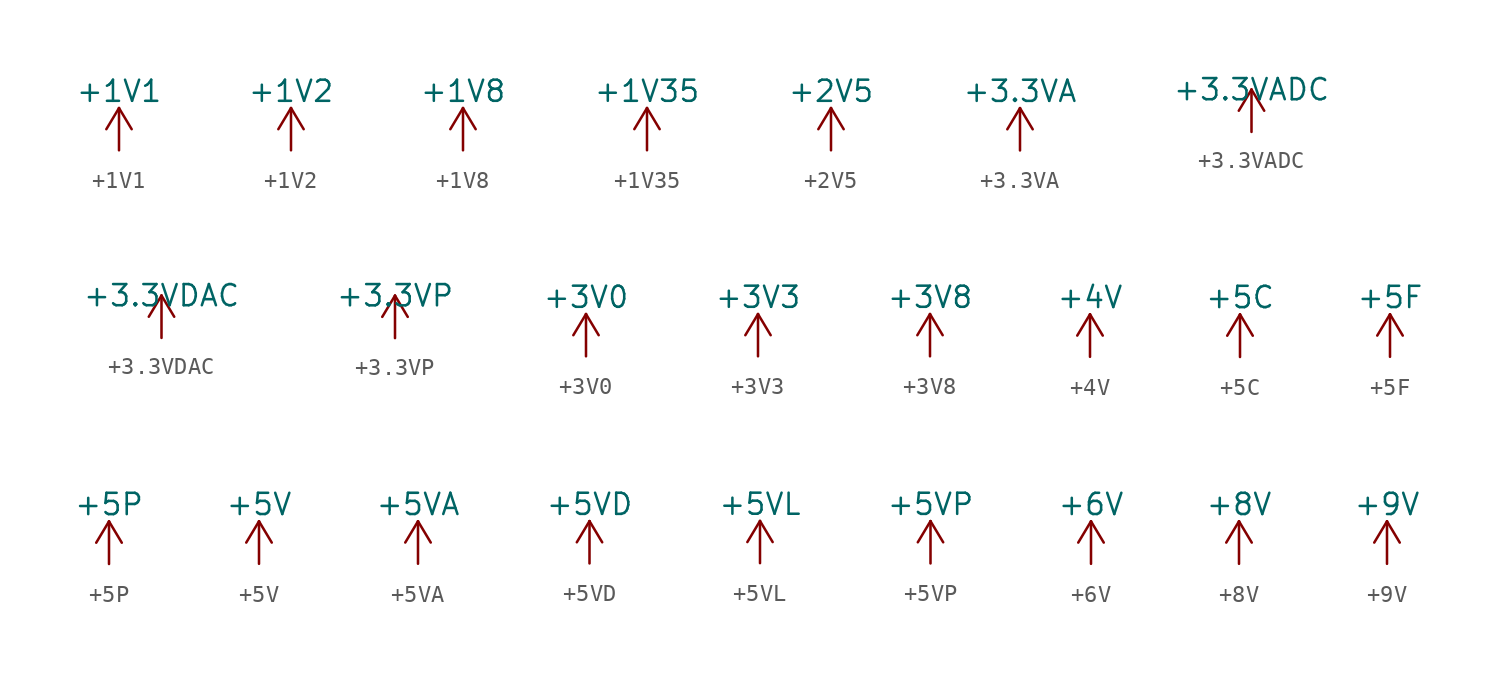
<source format=kicad_sym>
(kicad_symbol_lib
  (version 20201005)
  (generator kicad_symbol_editor)
  (symbol "power:+1V1"
    (power)
    (pin_names
      (offset 0))
    (property "Reference" "#PWR"
      (at 0 -3.81 0)
      (effects (font (size 1.27 1.27)) hide))
    (property "Value" "+1V1"
      (at 0 3.556 0)
      (effects (font (size 1.27 1.27))))
    (symbol "+1V1_0_1"
      (polyline (pts (xy -0.762 1.27) (xy 0 2.54)) (stroke (width 0)) (fill (type none)))
      (polyline (pts (xy 0 0) (xy 0 2.54)) (stroke (width 0)) (fill (type none)))
      (polyline (pts (xy 0 2.54) (xy 0.762 1.27)) (stroke (width 0)) (fill (type none))))
    (symbol "+1V1_1_1"
      (pin power_in line (at 0 0 90) (length 0) hide (name "+1V1" (effects (font (size 1.27 1.27)))) (number "1" (effects (font (size 1.27 1.27)))))))
  (symbol "power:+1V2"
    (power)
    (pin_names
      (offset 0))
    (property "Reference" "#PWR"
      (at 0 -3.81 0)
      (effects (font (size 1.27 1.27)) hide))
    (property "Value" "+1V2"
      (at 0 3.556 0)
      (effects (font (size 1.27 1.27))))
    (symbol "+1V2_0_1"
      (polyline (pts (xy -0.762 1.27) (xy 0 2.54)) (stroke (width 0)) (fill (type none)))
      (polyline (pts (xy 0 0) (xy 0 2.54)) (stroke (width 0)) (fill (type none)))
      (polyline (pts (xy 0 2.54) (xy 0.762 1.27)) (stroke (width 0)) (fill (type none))))
    (symbol "+1V2_1_1"
      (pin power_in line (at 0 0 90) (length 0) hide (name "+1V2" (effects (font (size 1.27 1.27)))) (number "1" (effects (font (size 1.27 1.27)))))))
  (symbol "power:+1V8"
    (power)
    (pin_names
      (offset 0))
    (property "Reference" "#PWR"
      (at 0 -3.81 0)
      (effects (font (size 1.27 1.27)) hide))
    (property "Value" "+1V8"
      (at 0 3.556 0)
      (effects (font (size 1.27 1.27))))
    (symbol "+1V8_0_1"
      (polyline (pts (xy -0.762 1.27) (xy 0 2.54)) (stroke (width 0)) (fill (type none)))
      (polyline (pts (xy 0 0) (xy 0 2.54)) (stroke (width 0)) (fill (type none)))
      (polyline (pts (xy 0 2.54) (xy 0.762 1.27)) (stroke (width 0)) (fill (type none))))
    (symbol "+1V8_1_1"
      (pin power_in line (at 0 0 90) (length 0) hide (name "+1V8" (effects (font (size 1.27 1.27)))) (number "1" (effects (font (size 1.27 1.27)))))))
  (symbol "power:+1V35"
    (power)
    (pin_names
      (offset 0))
    (property "Reference" "#PWR"
      (at 0 -3.81 0)
      (effects (font (size 1.27 1.27)) hide))
    (property "Value" "+1V35"
      (at 0 3.556 0)
      (effects (font (size 1.27 1.27))))
    (symbol "+1V35_0_1"
      (polyline (pts (xy -0.762 1.27) (xy 0 2.54)) (stroke (width 0)) (fill (type none)))
      (polyline (pts (xy 0 0) (xy 0 2.54)) (stroke (width 0)) (fill (type none)))
      (polyline (pts (xy 0 2.54) (xy 0.762 1.27)) (stroke (width 0)) (fill (type none))))
    (symbol "+1V35_1_1"
      (pin power_in line (at 0 0 90) (length 0) hide (name "+1V35" (effects (font (size 1.27 1.27)))) (number "1" (effects (font (size 1.27 1.27)))))))
  (symbol "power:+2V5"
    (power)
    (pin_names
      (offset 0))
    (property "Reference" "#PWR"
      (at 0 -3.81 0)
      (effects (font (size 1.27 1.27)) hide))
    (property "Value" "+2V5"
      (at 0 3.556 0)
      (effects (font (size 1.27 1.27))))
    (symbol "+2V5_0_1"
      (polyline (pts (xy -0.762 1.27) (xy 0 2.54)) (stroke (width 0)) (fill (type none)))
      (polyline (pts (xy 0 0) (xy 0 2.54)) (stroke (width 0)) (fill (type none)))
      (polyline (pts (xy 0 2.54) (xy 0.762 1.27)) (stroke (width 0)) (fill (type none))))
    (symbol "+2V5_1_1"
      (pin power_in line (at 0 0 90) (length 0) hide (name "+2V5" (effects (font (size 1.27 1.27)))) (number "1" (effects (font (size 1.27 1.27)))))))
  (symbol "power:+3.3VA"
    (power)
    (pin_names
      (offset 0))
    (property "Reference" "#PWR"
      (at 0 -3.81 0)
      (effects (font (size 1.27 1.27)) hide))
    (property "Value" "+3.3VA"
      (at 0 3.556 0)
      (effects (font (size 1.27 1.27))))
    (symbol "+3.3VA_0_1"
      (polyline (pts (xy -0.762 1.27) (xy 0 2.54)) (stroke (width 0)) (fill (type none)))
      (polyline (pts (xy 0 0) (xy 0 2.54)) (stroke (width 0)) (fill (type none)))
      (polyline (pts (xy 0 2.54) (xy 0.762 1.27)) (stroke (width 0)) (fill (type none))))
    (symbol "+3.3VA_1_1"
      (pin power_in line (at 0 0 90) (length 0) hide (name "+3.3VA" (effects (font (size 1.27 1.27)))) (number "1" (effects (font (size 1.27 1.27)))))))
  (symbol "power:+3.3VADC"
    (power)
    (pin_names
      (offset 0))
    (property "Reference" "#PWR"
      (at 3.81 -1.27 0)
      (effects (font (size 1.27 1.27)) hide))
    (property "Value" "+3.3VADC"
      (at 0 2.54 0)
      (effects (font (size 1.27 1.27))))
    (symbol "+3.3VADC_0_0"
      (pin power_in line (at 0 0 90) (length 0) hide (name "+3.3VADC" (effects (font (size 1.27 1.27)))) (number "1" (effects (font (size 1.27 1.27))))))
    (symbol "+3.3VADC_0_1"
      (polyline (pts (xy -0.762 1.27) (xy 0 2.54)) (stroke (width 0)) (fill (type none)))
      (polyline (pts (xy 0 0) (xy 0 2.54)) (stroke (width 0)) (fill (type none)))
      (polyline (pts (xy 0 2.54) (xy 0.762 1.27)) (stroke (width 0)) (fill (type none)))))
  (symbol "power:+3.3VDAC"
    (power)
    (pin_names
      (offset 0))
    (property "Reference" "#PWR"
      (at 3.81 -1.27 0)
      (effects (font (size 1.27 1.27)) hide))
    (property "Value" "+3.3VDAC"
      (at 0 2.54 0)
      (effects (font (size 1.27 1.27))))
    (symbol "+3.3VDAC_0_0"
      (pin power_in line (at 0 0 90) (length 0) hide (name "+3.3VDAC" (effects (font (size 1.27 1.27)))) (number "1" (effects (font (size 1.27 1.27))))))
    (symbol "+3.3VDAC_0_1"
      (polyline (pts (xy -0.762 1.27) (xy 0 2.54)) (stroke (width 0)) (fill (type none)))
      (polyline (pts (xy 0 0) (xy 0 2.54)) (stroke (width 0)) (fill (type none)))
      (polyline (pts (xy 0 2.54) (xy 0.762 1.27)) (stroke (width 0)) (fill (type none)))))
  (symbol "power:+3.3VP"
    (power)
    (pin_names
      (offset 0))
    (property "Reference" "#PWR"
      (at 3.81 -1.27 0)
      (effects (font (size 1.27 1.27)) hide))
    (property "Value" "+3.3VP"
      (at 0 2.54 0)
      (effects (font (size 1.27 1.27))))
    (symbol "+3.3VP_0_0"
      (pin power_in line (at 0 0 90) (length 0) hide (name "+3.3VP" (effects (font (size 1.27 1.27)))) (number "1" (effects (font (size 1.27 1.27))))))
    (symbol "+3.3VP_0_1"
      (polyline (pts (xy -0.762 1.27) (xy 0 2.54)) (stroke (width 0)) (fill (type none)))
      (polyline (pts (xy 0 0) (xy 0 2.54)) (stroke (width 0)) (fill (type none)))
      (polyline (pts (xy 0 2.54) (xy 0.762 1.27)) (stroke (width 0)) (fill (type none)))))
  (symbol "power:+3V0"
    (power)
    (pin_names
      (offset 0))
    (property "Reference" "#PWR"
      (at 0 -3.81 0)
      (effects (font (size 1.27 1.27)) hide))
    (property "Value" "+3V0"
      (at 0 3.556 0)
      (effects (font (size 1.27 1.27))))
    (symbol "+3V0_0_1"
      (polyline (pts (xy -0.762 1.27) (xy 0 2.54)) (stroke (width 0)) (fill (type none)))
      (polyline (pts (xy 0 0) (xy 0 2.54)) (stroke (width 0)) (fill (type none)))
      (polyline (pts (xy 0 2.54) (xy 0.762 1.27)) (stroke (width 0)) (fill (type none))))
    (symbol "+3V0_1_1"
      (pin power_in line (at 0 0 90) (length 0) hide (name "+3V0" (effects (font (size 1.27 1.27)))) (number "1" (effects (font (size 1.27 1.27)))))))
  (symbol "power:+3V3"
    (power)
    (pin_names
      (offset 0))
    (property "Reference" "#PWR"
      (at 0 -3.81 0)
      (effects (font (size 1.27 1.27)) hide))
    (property "Value" "+3V3"
      (at 0 3.556 0)
      (effects (font (size 1.27 1.27))))
    (symbol "+3V3_0_1"
      (polyline (pts (xy -0.762 1.27) (xy 0 2.54)) (stroke (width 0)) (fill (type none)))
      (polyline (pts (xy 0 0) (xy 0 2.54)) (stroke (width 0)) (fill (type none)))
      (polyline (pts (xy 0 2.54) (xy 0.762 1.27)) (stroke (width 0)) (fill (type none))))
    (symbol "+3V3_1_1"
      (pin power_in line (at 0 0 90) (length 0) hide (name "+3V3" (effects (font (size 1.27 1.27)))) (number "1" (effects (font (size 1.27 1.27)))))))
  (symbol "power:+3V8"
    (power)
    (pin_names
      (offset 0))
    (property "Reference" "#PWR"
      (at 0 -3.81 0)
      (effects (font (size 1.27 1.27)) hide))
    (property "Value" "+3V8"
      (at 0 3.556 0)
      (effects (font (size 1.27 1.27))))
    (symbol "+3V8_0_1"
      (polyline (pts (xy -0.762 1.27) (xy 0 2.54)) (stroke (width 0)) (fill (type none)))
      (polyline (pts (xy 0 0) (xy 0 2.54)) (stroke (width 0)) (fill (type none)))
      (polyline (pts (xy 0 2.54) (xy 0.762 1.27)) (stroke (width 0)) (fill (type none))))
    (symbol "+3V8_1_1"
      (pin power_in line (at 0 0 90) (length 0) hide (name "+3V8" (effects (font (size 1.27 1.27)))) (number "1" (effects (font (size 1.27 1.27)))))))
  (symbol "power:+4V"
    (power)
    (pin_names
      (offset 0))
    (property "Reference" "#PWR"
      (at 0 -3.81 0)
      (effects (font (size 1.27 1.27)) hide))
    (property "Value" "+4V"
      (at 0 3.556 0)
      (effects (font (size 1.27 1.27))))
    (symbol "+4V_0_1"
      (polyline (pts (xy -0.762 1.27) (xy 0 2.54)) (stroke (width 0)) (fill (type none)))
      (polyline (pts (xy 0 0) (xy 0 2.54)) (stroke (width 0)) (fill (type none)))
      (polyline (pts (xy 0 2.54) (xy 0.762 1.27)) (stroke (width 0)) (fill (type none))))
    (symbol "+4V_1_1"
      (pin power_in line (at 0 0 90) (length 0) hide (name "+4V" (effects (font (size 1.27 1.27)))) (number "1" (effects (font (size 1.27 1.27)))))))
  (symbol "power:+5C"
    (power)
    (pin_names
      (offset 0))
    (property "Reference" "#PWR"
      (at 0 -3.81 0)
      (effects (font (size 1.27 1.27)) hide))
    (property "Value" "+5C"
      (at 0 3.556 0)
      (effects (font (size 1.27 1.27))))
    (symbol "+5C_0_1"
      (polyline (pts (xy -0.762 1.27) (xy 0 2.54)) (stroke (width 0)) (fill (type none)))
      (polyline (pts (xy 0 0) (xy 0 2.54)) (stroke (width 0)) (fill (type none)))
      (polyline (pts (xy 0 2.54) (xy 0.762 1.27)) (stroke (width 0)) (fill (type none))))
    (symbol "+5C_1_1"
      (pin power_in line (at 0 0 90) (length 0) hide (name "+5C" (effects (font (size 1.27 1.27)))) (number "1" (effects (font (size 1.27 1.27)))))))
  (symbol "power:+5F"
    (power)
    (pin_names
      (offset 0))
    (property "Reference" "#PWR"
      (at 0 -3.81 0)
      (effects (font (size 1.27 1.27)) hide))
    (property "Value" "+5F"
      (at 0 3.556 0)
      (effects (font (size 1.27 1.27))))
    (symbol "+5F_0_1"
      (polyline (pts (xy -0.762 1.27) (xy 0 2.54)) (stroke (width 0)) (fill (type none)))
      (polyline (pts (xy 0 0) (xy 0 2.54)) (stroke (width 0)) (fill (type none)))
      (polyline (pts (xy 0 2.54) (xy 0.762 1.27)) (stroke (width 0)) (fill (type none))))
    (symbol "+5F_1_1"
      (pin power_in line (at 0 0 90) (length 0) hide (name "+5F" (effects (font (size 1.27 1.27)))) (number "1" (effects (font (size 1.27 1.27)))))))
  (symbol "power:+5P"
    (power)
    (pin_names
      (offset 0))
    (property "Reference" "#PWR"
      (at 0 -3.81 0)
      (effects (font (size 1.27 1.27)) hide))
    (property "Value" "+5P"
      (at 0 3.556 0)
      (effects (font (size 1.27 1.27))))
    (symbol "+5P_0_1"
      (polyline (pts (xy -0.762 1.27) (xy 0 2.54)) (stroke (width 0)) (fill (type none)))
      (polyline (pts (xy 0 0) (xy 0 2.54)) (stroke (width 0)) (fill (type none)))
      (polyline (pts (xy 0 2.54) (xy 0.762 1.27)) (stroke (width 0)) (fill (type none))))
    (symbol "+5P_1_1"
      (pin power_in line (at 0 0 90) (length 0) hide (name "+5P" (effects (font (size 1.27 1.27)))) (number "1" (effects (font (size 1.27 1.27)))))))
  (symbol "power:+5V"
    (power)
    (pin_names
      (offset 0))
    (property "Reference" "#PWR"
      (at 0 -3.81 0)
      (effects (font (size 1.27 1.27)) hide))
    (property "Value" "+5V"
      (at 0 3.556 0)
      (effects (font (size 1.27 1.27))))
    (symbol "+5V_0_1"
      (polyline (pts (xy -0.762 1.27) (xy 0 2.54)) (stroke (width 0)) (fill (type none)))
      (polyline (pts (xy 0 0) (xy 0 2.54)) (stroke (width 0)) (fill (type none)))
      (polyline (pts (xy 0 2.54) (xy 0.762 1.27)) (stroke (width 0)) (fill (type none))))
    (symbol "+5V_1_1"
      (pin power_in line (at 0 0 90) (length 0) hide (name "+5V" (effects (font (size 1.27 1.27)))) (number "1" (effects (font (size 1.27 1.27)))))))
  (symbol "power:+5VA"
    (power)
    (pin_names
      (offset 0))
    (property "Reference" "#PWR"
      (at 0 -3.81 0)
      (effects (font (size 1.27 1.27)) hide))
    (property "Value" "+5VA"
      (at 0 3.556 0)
      (effects (font (size 1.27 1.27))))
    (symbol "+5VA_0_1"
      (polyline (pts (xy -0.762 1.27) (xy 0 2.54)) (stroke (width 0)) (fill (type none)))
      (polyline (pts (xy 0 0) (xy 0 2.54)) (stroke (width 0)) (fill (type none)))
      (polyline (pts (xy 0 2.54) (xy 0.762 1.27)) (stroke (width 0)) (fill (type none))))
    (symbol "+5VA_1_1"
      (pin power_in line (at 0 0 90) (length 0) hide (name "+5VA" (effects (font (size 1.27 1.27)))) (number "1" (effects (font (size 1.27 1.27)))))))
  (symbol "power:+5VD"
    (power)
    (pin_names
      (offset 0))
    (property "Reference" "#PWR"
      (at 0 -3.81 0)
      (effects (font (size 1.27 1.27)) hide))
    (property "Value" "+5VD"
      (at 0 3.556 0)
      (effects (font (size 1.27 1.27))))
    (symbol "+5VD_0_1"
      (polyline (pts (xy -0.762 1.27) (xy 0 2.54)) (stroke (width 0)) (fill (type none)))
      (polyline (pts (xy 0 0) (xy 0 2.54)) (stroke (width 0)) (fill (type none)))
      (polyline (pts (xy 0 2.54) (xy 0.762 1.27)) (stroke (width 0)) (fill (type none))))
    (symbol "+5VD_1_1"
      (pin power_in line (at 0 0 90) (length 0) hide (name "+5VD" (effects (font (size 1.27 1.27)))) (number "1" (effects (font (size 1.27 1.27)))))))
  (symbol "power:+5VL"
    (power)
    (pin_names
      (offset 0))
    (property "Reference" "#PWR"
      (at 0 -3.81 0)
      (effects (font (size 1.27 1.27)) hide))
    (property "Value" "+5VL"
      (at 0 3.556 0)
      (effects (font (size 1.27 1.27))))
    (symbol "+5VL_0_1"
      (polyline (pts (xy -0.762 1.27) (xy 0 2.54)) (stroke (width 0)) (fill (type none)))
      (polyline (pts (xy 0 0) (xy 0 2.54)) (stroke (width 0)) (fill (type none)))
      (polyline (pts (xy 0 2.54) (xy 0.762 1.27)) (stroke (width 0)) (fill (type none))))
    (symbol "+5VL_1_1"
      (pin power_in line (at 0 0 90) (length 0) hide (name "+5VL" (effects (font (size 1.27 1.27)))) (number "1" (effects (font (size 1.27 1.27)))))))
  (symbol "power:+5VP"
    (power)
    (pin_names
      (offset 0))
    (property "Reference" "#PWR"
      (at 0 -3.81 0)
      (effects (font (size 1.27 1.27)) hide))
    (property "Value" "+5VP"
      (at 0 3.556 0)
      (effects (font (size 1.27 1.27))))
    (symbol "+5VP_0_1"
      (polyline (pts (xy -0.762 1.27) (xy 0 2.54)) (stroke (width 0)) (fill (type none)))
      (polyline (pts (xy 0 0) (xy 0 2.54)) (stroke (width 0)) (fill (type none)))
      (polyline (pts (xy 0 2.54) (xy 0.762 1.27)) (stroke (width 0)) (fill (type none))))
    (symbol "+5VP_1_1"
      (pin power_in line (at 0 0 90) (length 0) hide (name "+5VP" (effects (font (size 1.27 1.27)))) (number "1" (effects (font (size 1.27 1.27)))))))
  (symbol "power:+6V"
    (power)
    (pin_names
      (offset 0))
    (property "Reference" "#PWR"
      (at 0 -3.81 0)
      (effects (font (size 1.27 1.27)) hide))
    (property "Value" "+6V"
      (at 0 3.556 0)
      (effects (font (size 1.27 1.27))))
    (symbol "+6V_0_1"
      (polyline (pts (xy -0.762 1.27) (xy 0 2.54)) (stroke (width 0)) (fill (type none)))
      (polyline (pts (xy 0 0) (xy 0 2.54)) (stroke (width 0)) (fill (type none)))
      (polyline (pts (xy 0 2.54) (xy 0.762 1.27)) (stroke (width 0)) (fill (type none))))
    (symbol "+6V_1_1"
      (pin power_in line (at 0 0 90) (length 0) hide (name "+6V" (effects (font (size 1.27 1.27)))) (number "1" (effects (font (size 1.27 1.27)))))))
  (symbol "power:+8V"
    (power)
    (pin_names
      (offset 0))
    (property "Reference" "#PWR"
      (at 0 -3.81 0)
      (effects (font (size 1.27 1.27)) hide))
    (property "Value" "+8V"
      (at 0 3.556 0)
      (effects (font (size 1.27 1.27))))
    (symbol "+8V_0_1"
      (polyline (pts (xy -0.762 1.27) (xy 0 2.54)) (stroke (width 0)) (fill (type none)))
      (polyline (pts (xy 0 0) (xy 0 2.54)) (stroke (width 0)) (fill (type none)))
      (polyline (pts (xy 0 2.54) (xy 0.762 1.27)) (stroke (width 0)) (fill (type none))))
    (symbol "+8V_1_1"
      (pin power_in line (at 0 0 90) (length 0) hide (name "+8V" (effects (font (size 1.27 1.27)))) (number "1" (effects (font (size 1.27 1.27)))))))
  (symbol "power:+9V"
    (power)
    (pin_names
      (offset 0))
    (property "Reference" "#PWR"
      (at 0 -3.81 0)
      (effects (font (size 1.27 1.27)) hide))
    (property "Value" "+9V"
      (at 0 3.556 0)
      (effects (font (size 1.27 1.27))))
    (symbol "+9V_0_1"
      (polyline (pts (xy -0.762 1.27) (xy 0 2.54)) (stroke (width 0)) (fill (type none)))
      (polyline (pts (xy 0 0) (xy 0 2.54)) (stroke (width 0)) (fill (type none)))
      (polyline (pts (xy 0 2.54) (xy 0.762 1.27)) (stroke (width 0)) (fill (type none))))
    (symbol "+9V_1_1"
      (pin power_in line (at 0 0 90) (length 0) hide (name "+9V" (effects (font (size 1.27 1.27)))) (number "1" (effects (font (size 1.27 1.27))))))))
</source>
